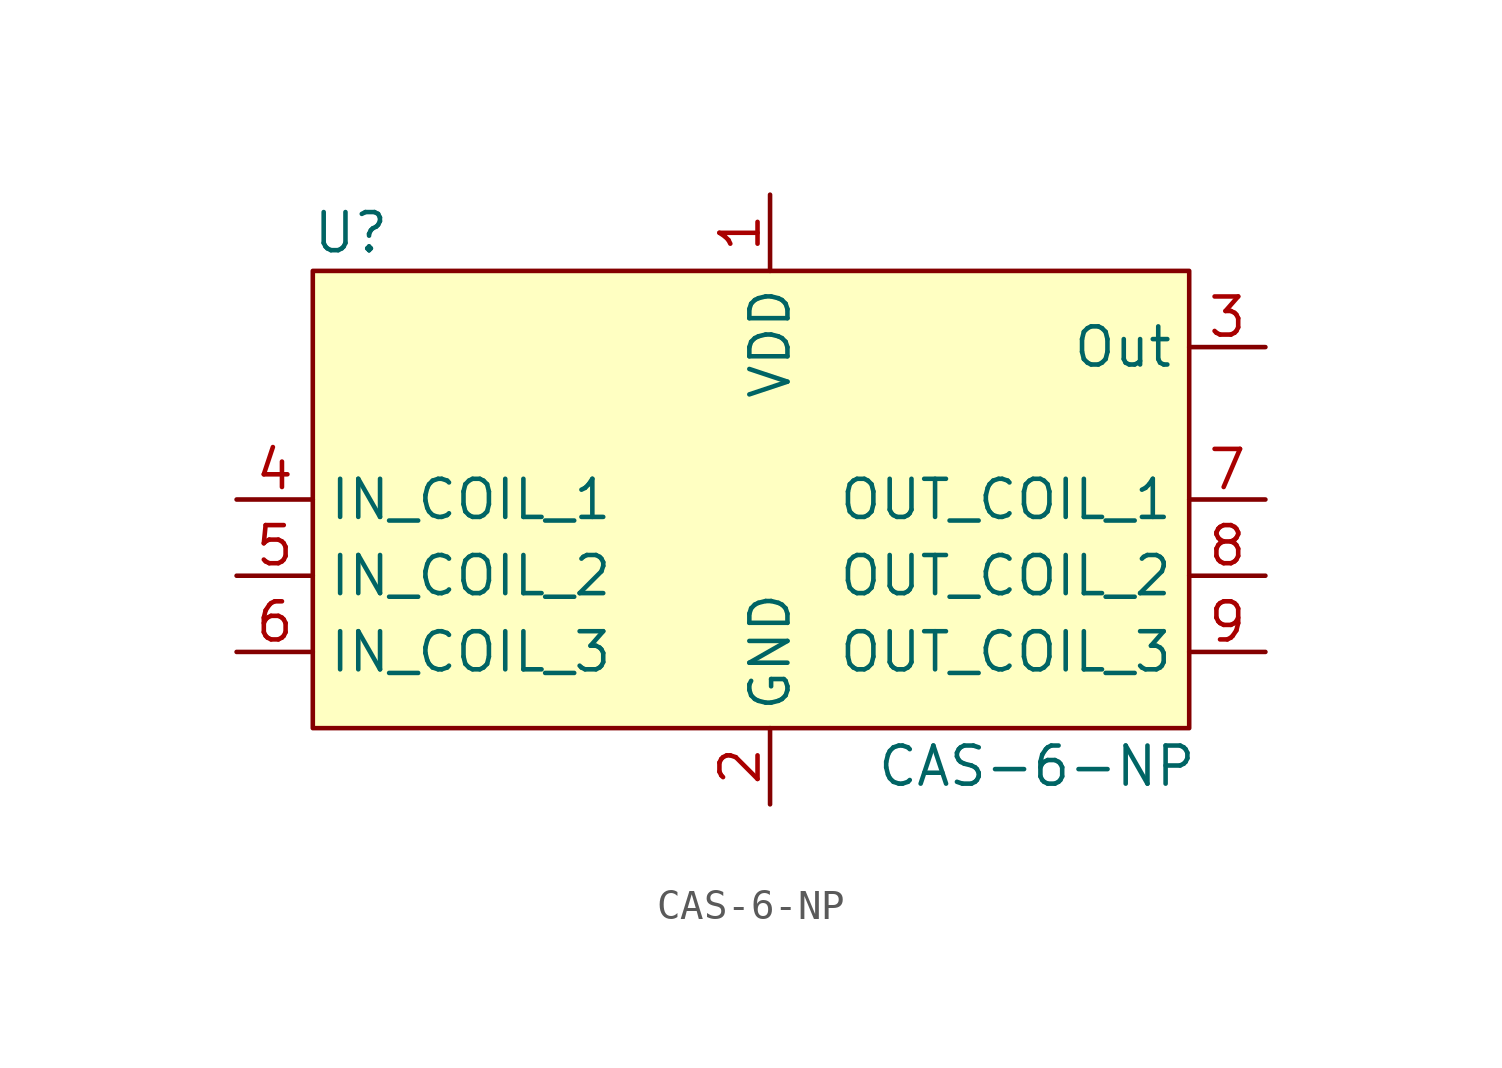
<source format=kicad_sym>
(kicad_symbol_lib
  (version 20211014)
  (generator kicad_symbol_editor)
  (symbol "CAS-6-NP"
    (property "Reference" "U"
      (at -13.97 8.89 0)
      (effects (font (size 1.27 1.27))))
    (property "Value" "CAS-6-NP"
      (at 8.89 -8.89 0)
      (effects (font (size 1.27 1.27))))
    (symbol "CAS-6-NP_0_1"
      (rectangle (start -15.24 7.62) (end 13.97 -7.62) (stroke (width 0) (type default) (color 0 0 0 0)) (fill (type background))))
    (symbol "CAS-6-NP_1_1"
      (pin power_in line (at 0 10.16 270) (length 2.54) (name "VDD" (effects (font (size 1.27 1.27)))) (number "1" (effects (font (size 1.27 1.27)))))
      (pin power_out line (at 0 -10.16 90) (length 2.54) (name "GND" (effects (font (size 1.27 1.27)))) (number "2" (effects (font (size 1.27 1.27)))))
      (pin output line (at 16.51 5.08 180) (length 2.54) (name "Out" (effects (font (size 1.27 1.27)))) (number "3" (effects (font (size 1.27 1.27)))))
      (pin input line (at -17.78 0 0) (length 2.54) (name "IN_COIL_1" (effects (font (size 1.27 1.27)))) (number "4" (effects (font (size 1.27 1.27)))))
      (pin input line (at -17.78 -2.54 0) (length 2.54) (name "IN_COIL_2" (effects (font (size 1.27 1.27)))) (number "5" (effects (font (size 1.27 1.27)))))
      (pin input line (at -17.78 -5.08 0) (length 2.54) (name "IN_COIL_3" (effects (font (size 1.27 1.27)))) (number "6" (effects (font (size 1.27 1.27)))))
      (pin output line (at 16.51 0 180) (length 2.54) (name "OUT_COIL_1" (effects (font (size 1.27 1.27)))) (number "7" (effects (font (size 1.27 1.27)))))
      (pin output line (at 16.51 -2.54 180) (length 2.54) (name "OUT_COIL_2" (effects (font (size 1.27 1.27)))) (number "8" (effects (font (size 1.27 1.27)))))
      (pin output line (at 16.51 -5.08 180) (length 2.54) (name "OUT_COIL_3" (effects (font (size 1.27 1.27)))) (number "9" (effects (font (size 1.27 1.27))))))))
</source>
